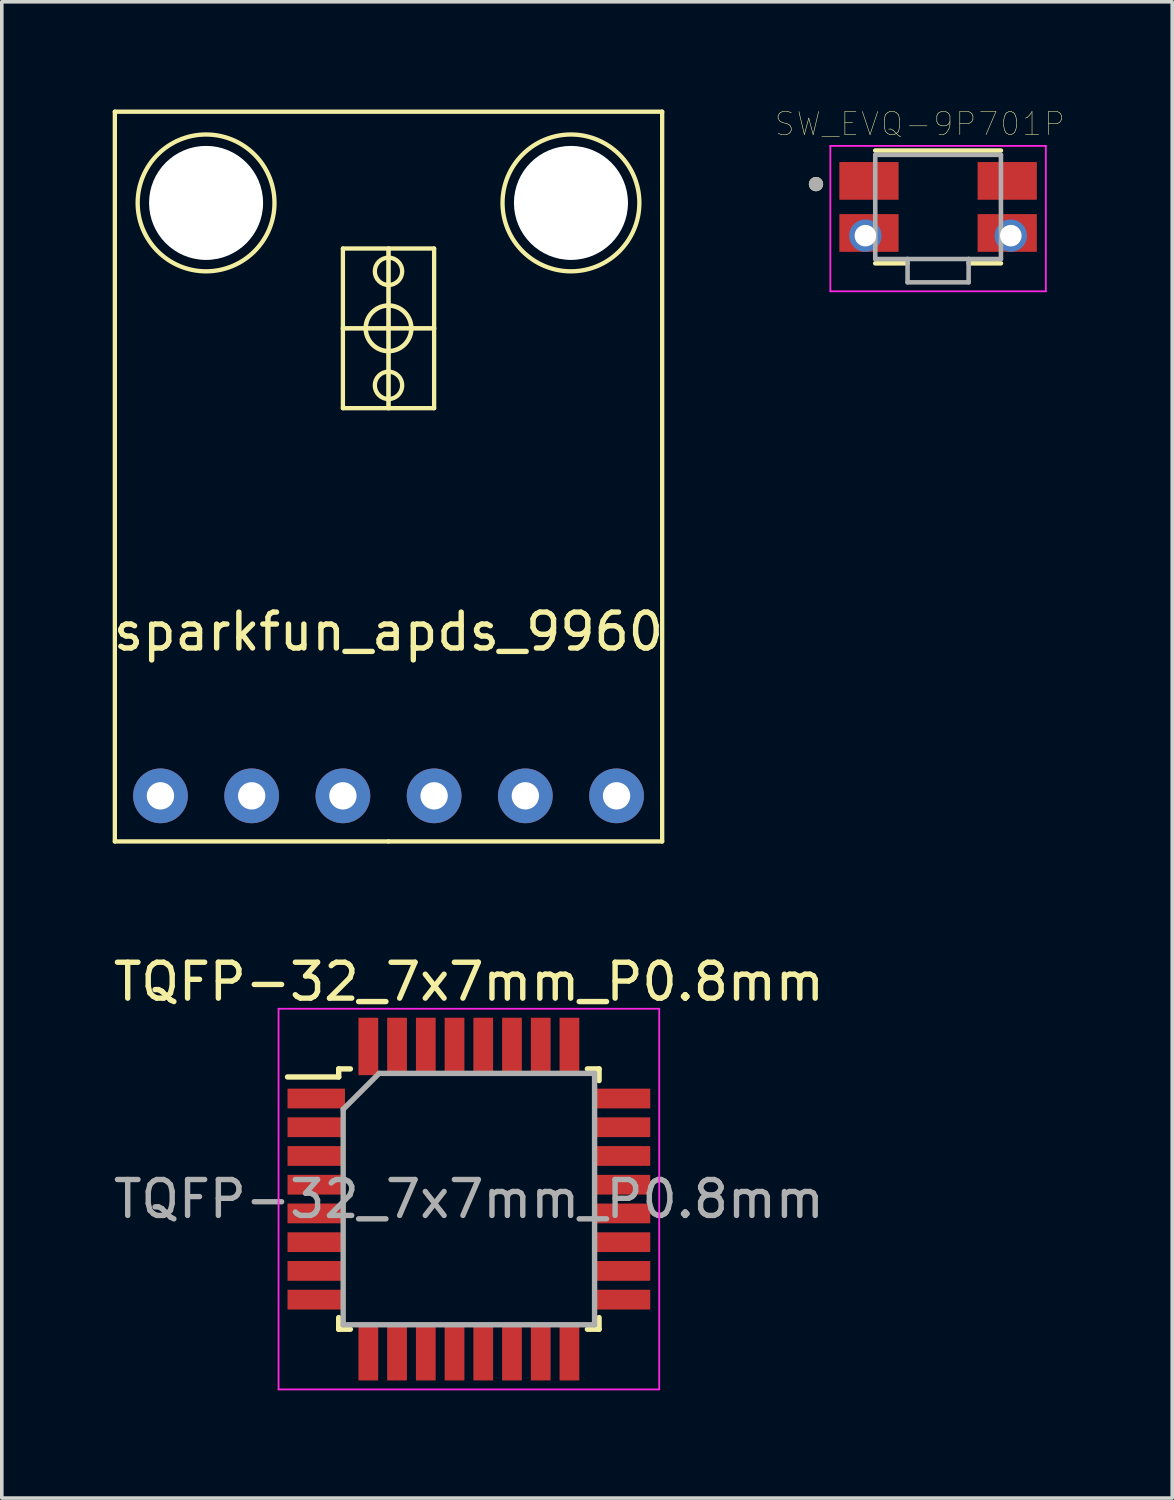
<source format=kicad_pcb>
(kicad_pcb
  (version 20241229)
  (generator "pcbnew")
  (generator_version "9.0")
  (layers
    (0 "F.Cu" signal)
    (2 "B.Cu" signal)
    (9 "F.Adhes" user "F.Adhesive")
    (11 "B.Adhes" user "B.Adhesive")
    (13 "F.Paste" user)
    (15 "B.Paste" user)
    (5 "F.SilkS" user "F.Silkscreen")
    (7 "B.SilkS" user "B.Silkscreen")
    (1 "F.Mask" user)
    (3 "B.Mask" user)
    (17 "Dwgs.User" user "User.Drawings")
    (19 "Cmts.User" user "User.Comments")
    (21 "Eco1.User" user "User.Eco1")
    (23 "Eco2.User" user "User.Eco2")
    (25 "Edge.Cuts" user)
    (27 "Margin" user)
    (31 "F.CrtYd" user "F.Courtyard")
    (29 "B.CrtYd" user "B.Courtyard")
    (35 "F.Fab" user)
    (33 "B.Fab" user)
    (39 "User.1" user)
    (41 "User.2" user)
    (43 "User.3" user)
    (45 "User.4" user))
  (footprint "sparkfun_apds_9960"
    (layer "F.Cu")
    (at 7.768 19.11)
    (property "Reference" "sparkfun_apds_9960" (at 0 -4.572 0) (layer "F.SilkS") (effects (font (size 1 1) (thickness 0.15))))
    (attr through_hole)
    (fp_line (start -7.62 -19.05) (end 7.62 -19.05) (stroke (width 0.12) (type solid)) (layer "F.SilkS"))
    (fp_line (start -7.62 1.27) (end -7.62 -19.05) (stroke (width 0.12) (type solid)) (layer "F.SilkS"))
    (fp_line (start -1.27 -15.24) (end 1.27 -15.24) (stroke (width 0.12) (type solid)) (layer "F.SilkS"))
    (fp_line (start -1.27 -13.018) (end 1.27 -13.018) (stroke (width 0.127) (type solid)) (layer "F.SilkS"))
    (fp_line (start -1.27 -10.795) (end -1.27 -15.24) (stroke (width 0.12) (type solid)) (layer "F.SilkS"))
    (fp_line (start 0 -15.24) (end 0 -10.795) (stroke (width 0.127) (type solid)) (layer "F.SilkS"))
    (fp_line (start 0 1.27) (end -7.62 1.27) (stroke (width 0.12) (type solid)) (layer "F.SilkS"))
    (fp_line (start 1.27 -15.24) (end 1.27 -10.795) (stroke (width 0.12) (type solid)) (layer "F.SilkS"))
    (fp_line (start 1.27 -10.795) (end -1.27 -10.795) (stroke (width 0.12) (type solid)) (layer "F.SilkS"))
    (fp_line (start 7.62 -19.05) (end 7.62 1.27) (stroke (width 0.12) (type solid)) (layer "F.SilkS"))
    (fp_line (start 7.62 1.27) (end 0 1.27) (stroke (width 0.12) (type solid)) (layer "F.SilkS"))
    (fp_circle (center -5.08 -16.51) (end -5.08 -18.415) (stroke (width 0.12) (type solid)) (fill no) (layer "F.SilkS"))
    (fp_circle (center 0 -14.605) (end 0.381 -14.605) (stroke (width 0.12) (type solid)) (fill no) (layer "F.SilkS"))
    (fp_circle (center 0 -13.018) (end 0.635 -13.018) (stroke (width 0.127) (type solid)) (fill no) (layer "F.SilkS"))
    (fp_circle (center 0 -11.43) (end 0.381 -11.43) (stroke (width 0.12) (type solid)) (fill no) (layer "F.SilkS"))
    (fp_circle (center 5.08 -16.51) (end 5.08 -18.415) (stroke (width 0.12) (type solid)) (fill no) (layer "F.SilkS"))
    (pad "" np_thru_hole circle (at -5.08 -16.51) (size 3.175 3.175) (drill 3.175) (layers "*.Cu" "*.Mask"))
    (pad "" np_thru_hole circle (at 5.08 -16.51) (size 3.175 3.175) (drill 3.175) (layers "*.Cu" "*.Mask"))
    (pad "1" thru_hole circle (at -6.35 0) (size 1.524 1.524) (drill 0.762) (layers "*.Cu" "*.Mask"))
    (pad "2" thru_hole circle (at -3.81 0) (size 1.524 1.524) (drill 0.762) (layers "*.Cu" "*.Mask"))
    (pad "3" thru_hole circle (at -1.27 0) (size 1.524 1.524) (drill 0.762) (layers "*.Cu" "*.Mask"))
    (pad "4" thru_hole circle (at 1.27 0) (size 1.524 1.524) (drill 0.762) (layers "*.Cu" "*.Mask"))
    (pad "5" thru_hole circle (at 3.81 0) (size 1.524 1.524) (drill 0.762) (layers "*.Cu" "*.Mask"))
    (pad "6" thru_hole circle (at 6.35 0) (size 1.524 1.524) (drill 0.762) (layers "*.Cu" "*.Mask")))
  (footprint "TQFP-32_7x7mm_P0.8mm"
    (layer "F.Cu")
    (at 10.006 30.338)
    (property "Reference" "TQFP-32_7x7mm_P0.8mm" (at 0 -6.05 0) (layer "F.SilkS") (effects (font (size 1 1) (thickness 0.15))))
    (attr smd)
    (fp_line (start -3.625 -3.625) (end -3.625 -3.4) (stroke (width 0.15) (type solid)) (layer "F.SilkS"))
    (fp_line (start -3.625 -3.625) (end -3.3 -3.625) (stroke (width 0.15) (type solid)) (layer "F.SilkS"))
    (fp_line (start -3.625 -3.4) (end -5.05 -3.4) (stroke (width 0.15) (type solid)) (layer "F.SilkS"))
    (fp_line (start -3.625 3.625) (end -3.625 3.3) (stroke (width 0.15) (type solid)) (layer "F.SilkS"))
    (fp_line (start -3.625 3.625) (end -3.3 3.625) (stroke (width 0.15) (type solid)) (layer "F.SilkS"))
    (fp_line (start 3.625 -3.625) (end 3.3 -3.625) (stroke (width 0.15) (type solid)) (layer "F.SilkS"))
    (fp_line (start 3.625 -3.625) (end 3.625 -3.3) (stroke (width 0.15) (type solid)) (layer "F.SilkS"))
    (fp_line (start 3.625 3.625) (end 3.3 3.625) (stroke (width 0.15) (type solid)) (layer "F.SilkS"))
    (fp_line (start 3.625 3.625) (end 3.625 3.3) (stroke (width 0.15) (type solid)) (layer "F.SilkS"))
    (fp_line (start -5.3 -5.3) (end -5.3 5.3) (stroke (width 0.05) (type solid)) (layer "F.CrtYd"))
    (fp_line (start -5.3 -5.3) (end 5.3 -5.3) (stroke (width 0.05) (type solid)) (layer "F.CrtYd"))
    (fp_line (start -5.3 5.3) (end 5.3 5.3) (stroke (width 0.05) (type solid)) (layer "F.CrtYd"))
    (fp_line (start 5.3 -5.3) (end 5.3 5.3) (stroke (width 0.05) (type solid)) (layer "F.CrtYd"))
    (fp_line (start -3.5 -2.5) (end -2.5 -3.5) (stroke (width 0.15) (type solid)) (layer "F.Fab"))
    (fp_line (start -3.5 3.5) (end -3.5 -2.5) (stroke (width 0.15) (type solid)) (layer "F.Fab"))
    (fp_line (start -2.5 -3.5) (end 3.5 -3.5) (stroke (width 0.15) (type solid)) (layer "F.Fab"))
    (fp_line (start 3.5 -3.5) (end 3.5 3.5) (stroke (width 0.15) (type solid)) (layer "F.Fab"))
    (fp_line (start 3.5 3.5) (end -3.5 3.5) (stroke (width 0.15) (type solid)) (layer "F.Fab"))
    (fp_text user "${REFERENCE}" (at 0 0 0) (layer "F.Fab") (effects (font (size 1 1) (thickness 0.15))))
    (pad "1" smd rect (at -4.25 -2.8) (size 1.6 0.55) (layers "F.Cu" "F.Mask" "F.Paste"))
    (pad "2" smd rect (at -4.25 -2) (size 1.6 0.55) (layers "F.Cu" "F.Mask" "F.Paste"))
    (pad "3" smd rect (at -4.25 -1.2) (size 1.6 0.55) (layers "F.Cu" "F.Mask" "F.Paste"))
    (pad "4" smd rect (at -4.25 -0.4) (size 1.6 0.55) (layers "F.Cu" "F.Mask" "F.Paste"))
    (pad "5" smd rect (at -4.25 0.4) (size 1.6 0.55) (layers "F.Cu" "F.Mask" "F.Paste"))
    (pad "6" smd rect (at -4.25 1.2) (size 1.6 0.55) (layers "F.Cu" "F.Mask" "F.Paste"))
    (pad "7" smd rect (at -4.25 2) (size 1.6 0.55) (layers "F.Cu" "F.Mask" "F.Paste"))
    (pad "8" smd rect (at -4.25 2.8) (size 1.6 0.55) (layers "F.Cu" "F.Mask" "F.Paste"))
    (pad "9" smd rect (at -2.8 4.25 90) (size 1.6 0.55) (layers "F.Cu" "F.Mask" "F.Paste"))
    (pad "10" smd rect (at -2 4.25 90) (size 1.6 0.55) (layers "F.Cu" "F.Mask" "F.Paste"))
    (pad "11" smd rect (at -1.2 4.25 90) (size 1.6 0.55) (layers "F.Cu" "F.Mask" "F.Paste"))
    (pad "12" smd rect (at -0.4 4.25 90) (size 1.6 0.55) (layers "F.Cu" "F.Mask" "F.Paste"))
    (pad "13" smd rect (at 0.4 4.25 90) (size 1.6 0.55) (layers "F.Cu" "F.Mask" "F.Paste"))
    (pad "14" smd rect (at 1.2 4.25 90) (size 1.6 0.55) (layers "F.Cu" "F.Mask" "F.Paste"))
    (pad "15" smd rect (at 2 4.25 90) (size 1.6 0.55) (layers "F.Cu" "F.Mask" "F.Paste"))
    (pad "16" smd rect (at 2.8 4.25 90) (size 1.6 0.55) (layers "F.Cu" "F.Mask" "F.Paste"))
    (pad "17" smd rect (at 4.25 2.8) (size 1.6 0.55) (layers "F.Cu" "F.Mask" "F.Paste"))
    (pad "18" smd rect (at 4.25 2) (size 1.6 0.55) (layers "F.Cu" "F.Mask" "F.Paste"))
    (pad "19" smd rect (at 4.25 1.2) (size 1.6 0.55) (layers "F.Cu" "F.Mask" "F.Paste"))
    (pad "20" smd rect (at 4.25 0.4) (size 1.6 0.55) (layers "F.Cu" "F.Mask" "F.Paste"))
    (pad "21" smd rect (at 4.25 -0.4) (size 1.6 0.55) (layers "F.Cu" "F.Mask" "F.Paste"))
    (pad "22" smd rect (at 4.25 -1.2) (size 1.6 0.55) (layers "F.Cu" "F.Mask" "F.Paste"))
    (pad "23" smd rect (at 4.25 -2) (size 1.6 0.55) (layers "F.Cu" "F.Mask" "F.Paste"))
    (pad "24" smd rect (at 4.25 -2.8) (size 1.6 0.55) (layers "F.Cu" "F.Mask" "F.Paste"))
    (pad "25" smd rect (at 2.8 -4.25 90) (size 1.6 0.55) (layers "F.Cu" "F.Mask" "F.Paste"))
    (pad "26" smd rect (at 2 -4.25 90) (size 1.6 0.55) (layers "F.Cu" "F.Mask" "F.Paste"))
    (pad "27" smd rect (at 1.2 -4.25 90) (size 1.6 0.55) (layers "F.Cu" "F.Mask" "F.Paste"))
    (pad "28" smd rect (at 0.4 -4.25 90) (size 1.6 0.55) (layers "F.Cu" "F.Mask" "F.Paste"))
    (pad "29" smd rect (at -0.4 -4.25 90) (size 1.6 0.55) (layers "F.Cu" "F.Mask" "F.Paste"))
    (pad "30" smd rect (at -1.2 -4.25 90) (size 1.6 0.55) (layers "F.Cu" "F.Mask" "F.Paste"))
    (pad "31" smd rect (at -2 -4.25 90) (size 1.6 0.55) (layers "F.Cu" "F.Mask" "F.Paste"))
    (pad "32" smd rect (at -2.8 -4.25 90) (size 1.6 0.55) (layers "F.Cu" "F.Mask" "F.Paste")))
  (footprint "SW_EVQ-9P701P"
    (layer "F.Cu")
    (at 23.071 2.712)
    (property "Reference" "SW_EVQ-9P701P" (at -0.508 -2.311 0) (layer "F.SilkS") (effects (font (size 0.64 0.64) (thickness 0.015))))
    (attr through_hole)
    (fp_line (start -0.85 1.57) (end -1.75 1.57) (stroke (width 0.127) (type solid)) (layer "F.SilkS"))
    (fp_line (start 0.85 1.57) (end 1.75 1.57) (stroke (width 0.127) (type solid)) (layer "F.SilkS"))
    (fp_line (start 1.75 -1.57) (end -1.75 -1.57) (stroke (width 0.127) (type solid)) (layer "F.SilkS"))
    (fp_circle (center -3.4 -0.635) (end -3.3 -0.635) (stroke (width 0.2) (type solid)) (fill no) (layer "F.SilkS"))
    (fp_line (start -3 -1.7) (end -3 2.35) (stroke (width 0.05) (type solid)) (layer "F.CrtYd"))
    (fp_line (start -3 2.35) (end 3 2.35) (stroke (width 0.05) (type solid)) (layer "F.CrtYd"))
    (fp_line (start 3 -1.7) (end -3 -1.7) (stroke (width 0.05) (type solid)) (layer "F.CrtYd"))
    (fp_line (start 3 2.35) (end 3 -1.7) (stroke (width 0.05) (type solid)) (layer "F.CrtYd"))
    (fp_line (start -1.75 -1.45) (end -1.75 1.45) (stroke (width 0.127) (type solid)) (layer "F.Fab"))
    (fp_line (start -1.75 1.45) (end -0.85 1.45) (stroke (width 0.127) (type solid)) (layer "F.Fab"))
    (fp_line (start -0.85 1.45) (end 0.85 1.45) (stroke (width 0.127) (type solid)) (layer "F.Fab"))
    (fp_line (start -0.85 2.1) (end -0.85 1.45) (stroke (width 0.127) (type solid)) (layer "F.Fab"))
    (fp_line (start 0.85 1.45) (end 1.75 1.45) (stroke (width 0.127) (type solid)) (layer "F.Fab"))
    (fp_line (start 0.85 2.1) (end -0.85 2.1) (stroke (width 0.127) (type solid)) (layer "F.Fab"))
    (fp_line (start 0.85 2.1) (end 0.85 1.45) (stroke (width 0.127) (type solid)) (layer "F.Fab"))
    (fp_line (start 1.75 -1.45) (end -1.75 -1.45) (stroke (width 0.127) (type solid)) (layer "F.Fab"))
    (fp_line (start 1.75 1.45) (end 1.75 -1.45) (stroke (width 0.127) (type solid)) (layer "F.Fab"))
    (fp_circle (center -3.4 -0.635) (end -3.3 -0.635) (stroke (width 0.2) (type solid)) (fill no) (layer "F.Fab"))
    (pad "1A" smd rect (at -1.925 -0.725) (size 1.65 1.05) (layers "F.Cu" "F.Mask" "F.Paste"))
    (pad "1B" smd rect (at 1.925 -0.725) (size 1.65 1.05) (layers "F.Cu" "F.Mask" "F.Paste"))
    (pad "2A" smd rect (at -1.925 0.725) (size 1.65 1.05) (layers "F.Cu" "F.Mask" "F.Paste"))
    (pad "2B" smd rect (at 1.925 0.725) (size 1.65 1.05) (layers "F.Cu" "F.Mask" "F.Paste"))
    (pad "2C" thru_hole circle (at -2.025 0.8) (size 0.9 0.9) (drill 0.6) (layers "*.Cu" "*.Mask"))
    (pad "2D" thru_hole circle (at 2.025 0.8) (size 0.9 0.9) (drill 0.6) (layers "*.Cu" "*.Mask")))
  (gr_rect
    (start -3 -3)
    (end 29.59 38.663)
    (stroke (width 0.1) (type default))
    (fill no)
    (layer "Edge.Cuts")))
</source>
